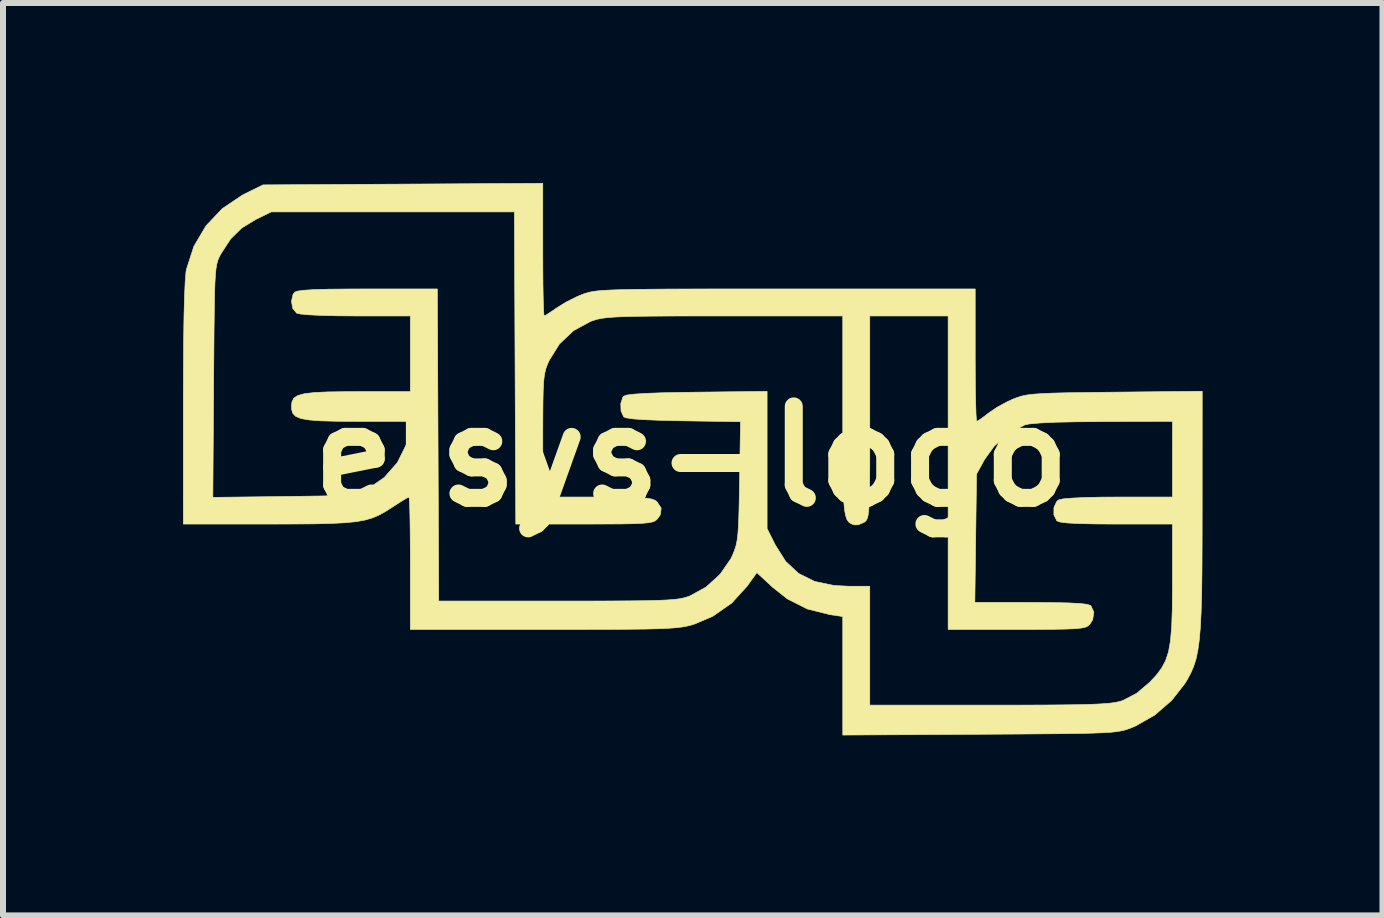
<source format=kicad_pcb>
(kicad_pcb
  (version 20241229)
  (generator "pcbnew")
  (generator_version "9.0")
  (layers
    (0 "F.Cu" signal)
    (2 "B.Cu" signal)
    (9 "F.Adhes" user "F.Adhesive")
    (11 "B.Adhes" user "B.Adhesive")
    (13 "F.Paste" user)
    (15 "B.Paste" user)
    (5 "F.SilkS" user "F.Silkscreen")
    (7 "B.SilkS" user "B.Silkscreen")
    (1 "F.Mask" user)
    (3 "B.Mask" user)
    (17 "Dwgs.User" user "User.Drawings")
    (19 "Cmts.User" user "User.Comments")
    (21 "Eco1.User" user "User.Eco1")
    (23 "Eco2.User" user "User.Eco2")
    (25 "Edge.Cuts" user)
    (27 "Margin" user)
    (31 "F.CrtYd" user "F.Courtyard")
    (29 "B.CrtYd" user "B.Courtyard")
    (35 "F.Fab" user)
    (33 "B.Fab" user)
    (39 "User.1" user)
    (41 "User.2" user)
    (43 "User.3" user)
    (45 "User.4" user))
  (footprint "elsys-logo"
    (layer "F.Cu")
    (at 8.472 4.557)
    (property "Reference" "elsys-logo" (at 0 0 0) (layer "F.SilkS") (effects (font (size 1.524 1.524) (thickness 0.3))))
    (attr through_hole)
    (fp_poly (pts (xy -2.477 -3.447) (xy -2.476 -3.142) (xy -2.474 -2.87) (xy -2.47 -2.641) (xy -2.465 -2.47) (xy -2.459 -2.367) (xy -2.454 -2.342) (xy -2.408 -2.366) (xy -2.314 -2.428) (xy -2.247 -2.475) (xy -2.092 -2.571) (xy -1.908 -2.663) (xy -1.818 -2.701) (xy -1.768 -2.718) (xy -1.715 -2.734) (xy -1.654 -2.747) (xy -1.576 -2.758) (xy -1.476 -2.767) (xy -1.346 -2.774) (xy -1.18 -2.78) (xy -0.972 -2.784) (xy -0.714 -2.787) (xy -0.399 -2.79) (xy -0.022 -2.791) (xy 0.426 -2.792) (xy 0.949 -2.792) (xy 1.556 -2.792) (xy 4.729 -2.792) (xy 4.729 -1.689) (xy 4.73 -1.384) (xy 4.732 -1.112) (xy 4.737 -0.884) (xy 4.742 -0.713) (xy 4.749 -0.61) (xy 4.754 -0.585) (xy 4.801 -0.611) (xy 4.892 -0.677) (xy 4.949 -0.722) (xy 5.093 -0.82) (xy 5.27 -0.916) (xy 5.363 -0.958) (xy 5.435 -0.985) (xy 5.507 -1.008) (xy 5.592 -1.025) (xy 5.699 -1.038) (xy 5.839 -1.048) (xy 6.023 -1.056) (xy 6.262 -1.062) (xy 6.567 -1.066) (xy 6.949 -1.071) (xy 7.059 -1.072) (xy 8.512 -1.087) (xy 8.511 0.909) (xy 8.51 1.442) (xy 8.508 1.894) (xy 8.503 2.272) (xy 8.494 2.587) (xy 8.481 2.845) (xy 8.463 3.057) (xy 8.439 3.23) (xy 8.409 3.374) (xy 8.37 3.496) (xy 8.323 3.606) (xy 8.267 3.711) (xy 8.224 3.782) (xy 8.002 4.066) (xy 7.719 4.31) (xy 7.399 4.492) (xy 7.356 4.51) (xy 7.296 4.534) (xy 7.238 4.554) (xy 7.174 4.57) (xy 7.095 4.584) (xy 6.995 4.595) (xy 6.864 4.603) (xy 6.694 4.61) (xy 6.477 4.615) (xy 6.206 4.619) (xy 5.871 4.622) (xy 5.466 4.625) (xy 4.981 4.628) (xy 4.808 4.629) (xy 2.522 4.642) (xy 2.522 2.667) (xy 2.31 2.636) (xy 1.931 2.541) (xy 1.599 2.373) (xy 1.354 2.18) (xy 1.09 1.935) (xy 0.929 2.16) (xy 0.671 2.443) (xy 0.355 2.663) (xy 0.052 2.792) (xy -0.018 2.813) (xy -0.09 2.83) (xy -0.172 2.844) (xy -0.274 2.855) (xy -0.403 2.864) (xy -0.568 2.871) (xy -0.778 2.876) (xy -1.041 2.879) (xy -1.365 2.881) (xy -1.758 2.882) (xy -2.23 2.882) (xy -2.459 2.882) (xy -4.684 2.882) (xy -4.684 1.779) (xy -4.685 1.474) (xy -4.687 1.202) (xy -4.691 0.974) (xy -4.696 0.803) (xy -4.702 0.7) (xy -4.707 0.676) (xy -4.754 0.699) (xy -4.853 0.759) (xy -4.972 0.836) (xy -5.09 0.912) (xy -5.199 0.973) (xy -5.312 1.022) (xy -5.438 1.059) (xy -5.588 1.086) (xy -5.774 1.104) (xy -6.007 1.116) (xy -6.298 1.123) (xy -6.658 1.125) (xy -7.055 1.126) (xy -8.467 1.126) (xy -8.467 0.681) (xy -7.975 0.681) (xy -6.791 0.667) (xy -6.432 0.662) (xy -6.152 0.658) (xy -5.938 0.652) (xy -5.778 0.643) (xy -5.66 0.631) (xy -5.572 0.615) (xy -5.503 0.593) (xy -5.44 0.565) (xy -5.404 0.547) (xy -5.118 0.35) (xy -4.899 0.1) (xy -4.753 -0.195) (xy -4.702 -0.402) (xy -4.672 -0.585) (xy -5.569 -0.585) (xy -5.913 -0.587) (xy -6.178 -0.594) (xy -6.373 -0.609) (xy -6.509 -0.633) (xy -6.596 -0.67) (xy -6.644 -0.721) (xy -6.663 -0.788) (xy -6.665 -0.833) (xy -6.657 -0.911) (xy -6.626 -0.971) (xy -6.561 -1.015) (xy -6.453 -1.046) (xy -6.29 -1.065) (xy -6.064 -1.076) (xy -5.763 -1.08) (xy -5.574 -1.081) (xy -4.684 -1.081) (xy -4.684 -2.342) (xy -5.587 -2.342) (xy -5.901 -2.344) (xy -6.169 -2.351) (xy -6.38 -2.361) (xy -6.521 -2.375) (xy -6.578 -2.388) (xy -6.644 -2.468) (xy -6.665 -2.586) (xy -6.639 -2.7) (xy -6.611 -2.738) (xy -6.564 -2.756) (xy -6.458 -2.77) (xy -6.288 -2.781) (xy -6.046 -2.788) (xy -5.726 -2.791) (xy -5.396 -2.792) (xy -4.234 -2.792) (xy -4.211 2.409) (xy -2.229 2.409) (xy -1.751 2.409) (xy -1.355 2.408) (xy -1.031 2.406) (xy -0.771 2.403) (xy -0.566 2.398) (xy -0.407 2.391) (xy -0.286 2.382) (xy -0.193 2.37) (xy -0.121 2.355) (xy -0.06 2.336) (xy -0.025 2.324) (xy 0.244 2.176) (xy 0.479 1.962) (xy 0.656 1.706) (xy 0.681 1.654) (xy 0.716 1.571) (xy 0.742 1.49) (xy 0.762 1.395) (xy 0.776 1.273) (xy 0.786 1.11) (xy 0.793 0.892) (xy 0.799 0.605) (xy 0.802 0.419) (xy 0.818 -0.58) (xy -0.129 -0.594) (xy -0.497 -0.602) (xy -0.779 -0.613) (xy -0.976 -0.627) (xy -1.093 -0.645) (xy -1.129 -0.661) (xy -1.173 -0.757) (xy -1.177 -0.883) (xy -1.142 -0.99) (xy -1.129 -1.005) (xy -1.076 -1.024) (xy -0.953 -1.039) (xy -0.755 -1.052) (xy -0.479 -1.062) (xy -0.119 -1.069) (xy 0.092 -1.072) (xy 1.261 -1.085) (xy 1.261 1.202) (xy 1.399 1.477) (xy 1.572 1.75) (xy 1.788 1.95) (xy 2.053 2.082) (xy 2.376 2.15) (xy 2.618 2.162) (xy 2.972 2.162) (xy 2.972 4.143) (xy 4.968 4.143) (xy 5.454 4.143) (xy 5.858 4.142) (xy 6.19 4.139) (xy 6.457 4.136) (xy 6.668 4.13) (xy 6.833 4.122) (xy 6.959 4.113) (xy 7.055 4.1) (xy 7.129 4.085) (xy 7.186 4.068) (xy 7.42 3.946) (xy 7.635 3.764) (xy 7.748 3.643) (xy 7.836 3.526) (xy 7.903 3.4) (xy 7.951 3.253) (xy 7.983 3.07) (xy 8.003 2.839) (xy 8.013 2.546) (xy 8.016 2.18) (xy 8.016 2.089) (xy 8.016 1.126) (xy 7.08 1.126) (xy 6.728 1.124) (xy 6.459 1.118) (xy 6.268 1.108) (xy 6.147 1.093) (xy 6.09 1.073) (xy 6.089 1.072) (xy 6.04 0.972) (xy 6.041 0.85) (xy 6.088 0.749) (xy 6.122 0.722) (xy 6.197 0.706) (xy 6.351 0.693) (xy 6.572 0.683) (xy 6.848 0.677) (xy 7.113 0.676) (xy 8.016 0.676) (xy 8.016 -0.585) (xy 6.857 -0.582) (xy 6.419 -0.578) (xy 6.068 -0.571) (xy 5.805 -0.558) (xy 5.629 -0.542) (xy 5.554 -0.526) (xy 5.282 -0.382) (xy 5.045 -0.172) (xy 4.886 0.048) (xy 4.751 0.293) (xy 4.723 2.432) (xy 5.663 2.432) (xy 6.015 2.434) (xy 6.284 2.44) (xy 6.476 2.45) (xy 6.597 2.464) (xy 6.654 2.484) (xy 6.656 2.486) (xy 6.706 2.593) (xy 6.687 2.72) (xy 6.636 2.8) (xy 6.607 2.825) (xy 6.564 2.845) (xy 6.496 2.859) (xy 6.392 2.87) (xy 6.242 2.876) (xy 6.034 2.88) (xy 5.758 2.882) (xy 5.42 2.882) (xy 4.278 2.882) (xy 4.278 -2.342) (xy 2.972 -2.342) (xy 2.972 -0.656) (xy 2.972 -0.222) (xy 2.972 0.131) (xy 2.97 0.411) (xy 2.967 0.628) (xy 2.962 0.79) (xy 2.954 0.906) (xy 2.943 0.985) (xy 2.929 1.036) (xy 2.911 1.068) (xy 2.889 1.089) (xy 2.877 1.097) (xy 2.778 1.139) (xy 2.708 1.139) (xy 2.661 1.12) (xy 2.623 1.094) (xy 2.592 1.051) (xy 2.569 0.984) (xy 2.551 0.883) (xy 2.538 0.741) (xy 2.53 0.547) (xy 2.525 0.295) (xy 2.523 -0.026) (xy 2.522 -0.423) (xy 2.522 -0.684) (xy 2.522 -2.342) (xy 0.542 -2.342) (xy 0.066 -2.342) (xy -0.329 -2.341) (xy -0.652 -2.339) (xy -0.911 -2.336) (xy -1.116 -2.331) (xy -1.274 -2.324) (xy -1.396 -2.315) (xy -1.49 -2.303) (xy -1.565 -2.288) (xy -1.629 -2.269) (xy -1.681 -2.251) (xy -1.964 -2.098) (xy -2.2 -1.874) (xy -2.37 -1.602) (xy -2.404 -1.525) (xy -2.43 -1.45) (xy -2.449 -1.364) (xy -2.462 -1.254) (xy -2.47 -1.106) (xy -2.474 -0.907) (xy -2.476 -0.643) (xy -2.477 -0.349) (xy -2.477 0.676) (xy -1.569 0.676) (xy -1.253 0.676) (xy -1.016 0.68) (xy -0.844 0.686) (xy -0.725 0.697) (xy -0.647 0.713) (xy -0.597 0.735) (xy -0.578 0.75) (xy -0.504 0.859) (xy -0.519 0.973) (xy -0.57 1.044) (xy -0.599 1.069) (xy -0.642 1.089) (xy -0.71 1.103) (xy -0.813 1.113) (xy -0.964 1.12) (xy -1.171 1.124) (xy -1.448 1.125) (xy -1.786 1.126) (xy -2.927 1.126) (xy -2.95 -4.076) (xy -7.003 -4.076) (xy -7.26 -3.95) (xy -7.493 -3.808) (xy -7.677 -3.628) (xy -7.836 -3.385) (xy -7.85 -3.36) (xy -7.874 -3.313) (xy -7.894 -3.264) (xy -7.91 -3.204) (xy -7.923 -3.125) (xy -7.933 -3.017) (xy -7.941 -2.872) (xy -7.947 -2.682) (xy -7.951 -2.438) (xy -7.955 -2.13) (xy -7.958 -1.75) (xy -7.962 -1.29) (xy -7.962 -1.247) (xy -7.975 0.681) (xy -8.467 0.681) (xy -8.467 -0.876) (xy -8.465 -1.441) (xy -8.462 -1.93) (xy -8.456 -2.34) (xy -8.447 -2.668) (xy -8.436 -2.913) (xy -8.423 -3.072) (xy -8.416 -3.116) (xy -8.291 -3.503) (xy -8.09 -3.843) (xy -7.819 -4.13) (xy -7.483 -4.356) (xy -7.432 -4.382) (xy -7.14 -4.526) (xy -4.809 -4.539) (xy -2.477 -4.552) (xy -2.477 -3.447)) (stroke (width 0.01) (type solid)) (fill yes) (layer "F.SilkS")))
  (gr_rect
    (start -3 -3)
    (end 19.988 12.204)
    (stroke (width 0.1) (type default))
    (fill no)
    (layer "Edge.Cuts")))
</source>
